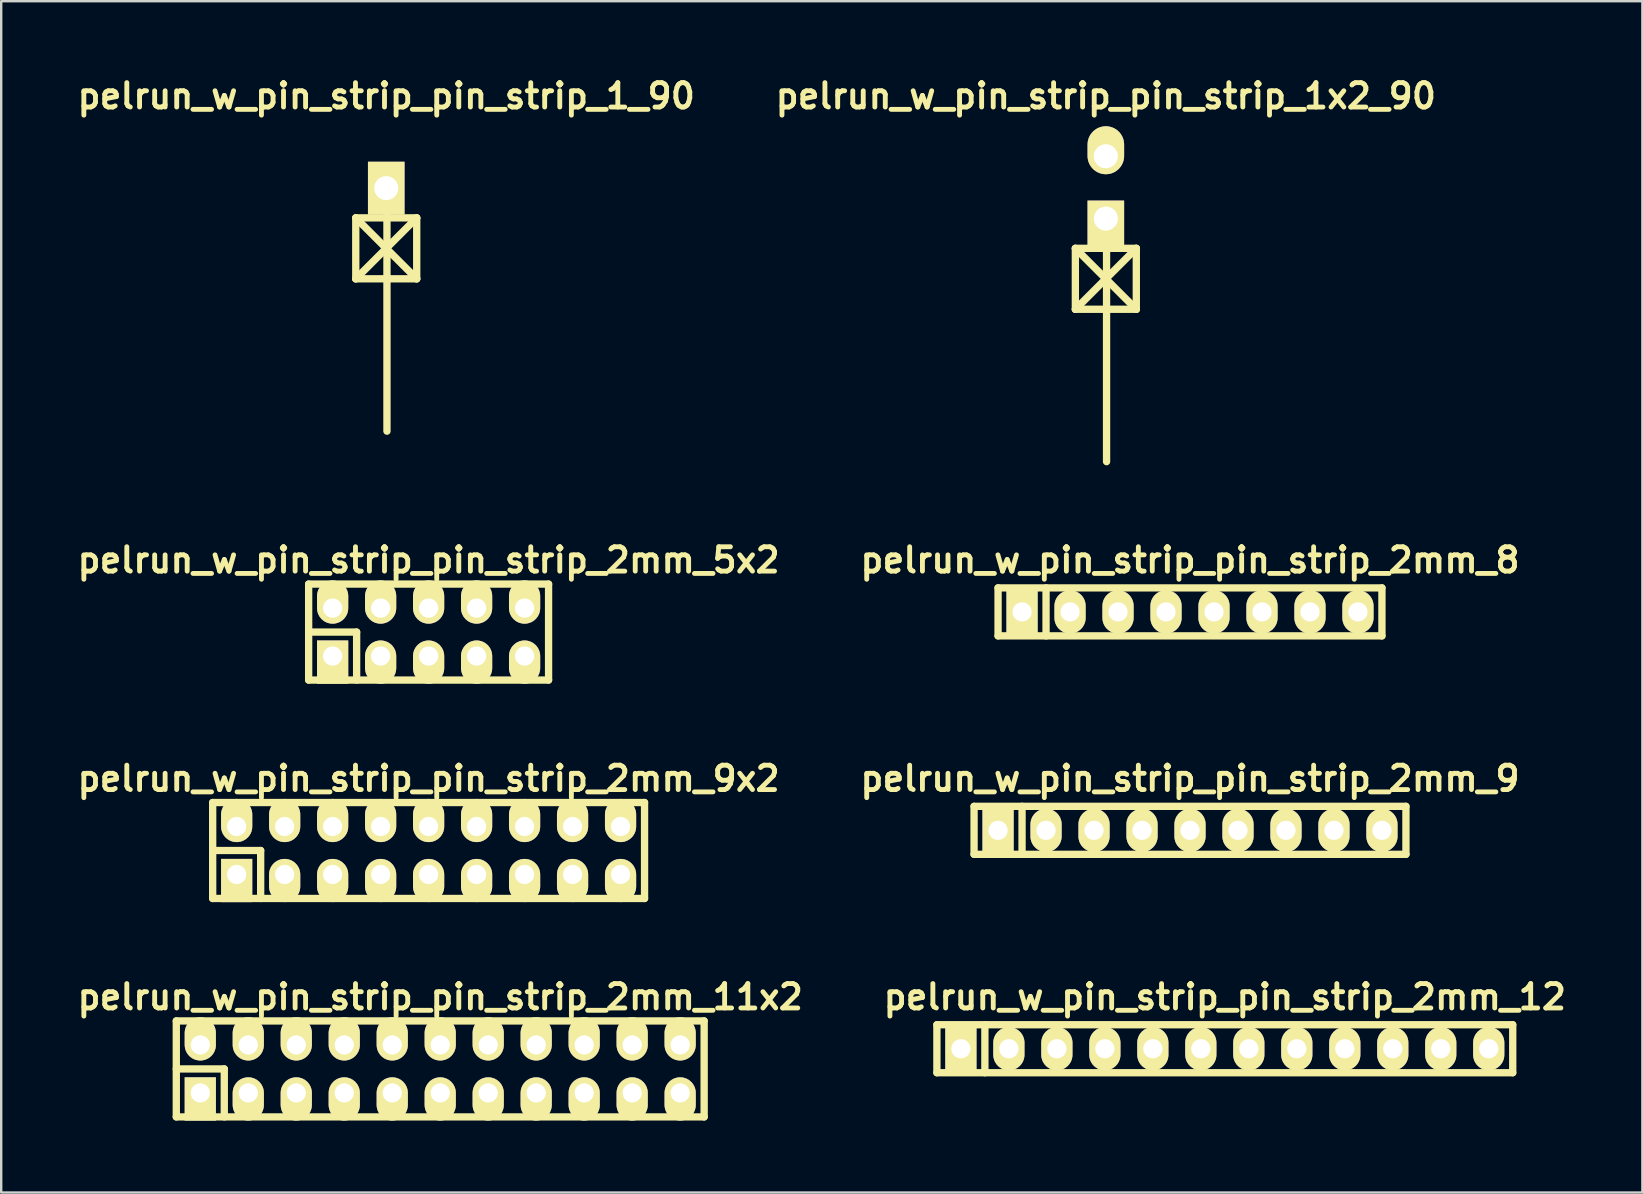
<source format=kicad_pcb>
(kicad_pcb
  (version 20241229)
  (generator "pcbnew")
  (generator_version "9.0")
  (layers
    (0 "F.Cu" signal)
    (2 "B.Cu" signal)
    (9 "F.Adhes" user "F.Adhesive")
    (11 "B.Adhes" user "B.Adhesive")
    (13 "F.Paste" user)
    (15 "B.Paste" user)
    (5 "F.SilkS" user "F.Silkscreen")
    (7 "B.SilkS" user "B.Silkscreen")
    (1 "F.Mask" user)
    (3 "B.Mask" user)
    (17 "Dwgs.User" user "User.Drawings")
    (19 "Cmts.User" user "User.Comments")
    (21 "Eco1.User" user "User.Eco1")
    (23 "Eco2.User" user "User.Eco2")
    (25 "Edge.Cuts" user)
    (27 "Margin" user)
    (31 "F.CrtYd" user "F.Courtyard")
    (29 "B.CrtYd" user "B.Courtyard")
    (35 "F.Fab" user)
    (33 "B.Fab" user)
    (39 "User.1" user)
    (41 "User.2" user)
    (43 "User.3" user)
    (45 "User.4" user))
  (footprint "pelrun_w_pin_strip_pin_strip_1x2_90"
    (layer "F.Cu")
    (at 43.04 4.761)
    (property "Reference" "pelrun_w_pin_strip_pin_strip_1x2_90" (at 0 -3.81 0) (layer "F.SilkS") (effects (font (size 1.016 1.016) (thickness 0.203))))
    (attr through_hole)
    (fp_line (start -1.27 2.54) (end 1.27 2.54) (stroke (width 0.305) (type solid)) (layer "F.SilkS"))
    (fp_line (start -1.27 2.54) (end 1.27 5.08) (stroke (width 0.305) (type solid)) (layer "F.SilkS"))
    (fp_line (start -1.27 5.08) (end -1.27 2.54) (stroke (width 0.305) (type solid)) (layer "F.SilkS"))
    (fp_line (start -1.27 5.08) (end 1.27 2.54) (stroke (width 0.305) (type solid)) (layer "F.SilkS"))
    (fp_line (start 0.03 1.27) (end 0.03 11.43) (stroke (width 0.305) (type solid)) (layer "F.SilkS"))
    (fp_line (start 1.27 2.54) (end 1.27 5.08) (stroke (width 0.305) (type solid)) (layer "F.SilkS"))
    (fp_line (start 1.27 5.08) (end -1.27 5.08) (stroke (width 0.305) (type solid)) (layer "F.SilkS"))
    (pad "1" thru_hole rect (at 0 1.3) (size 1.524 1.999) (drill 1.001 (offset 0 0.249)) (layers "*.Cu" "*.Mask" "F.SilkS"))
    (pad "2" thru_hole oval (at 0 -1.3) (size 1.524 1.999) (drill 1.001 (offset 0 -0.249)) (layers "*.Cu" "*.Mask" "F.SilkS")))
  (footprint "pelrun_w_pin_strip_pin_strip_1_90"
    (layer "F.Cu")
    (at 13.048 4.761)
    (property "Reference" "pelrun_w_pin_strip_pin_strip_1_90" (at 0 -3.81 0) (layer "F.SilkS") (effects (font (size 1.016 1.016) (thickness 0.203))))
    (attr through_hole)
    (fp_line (start -1.27 1.27) (end 1.27 1.27) (stroke (width 0.305) (type solid)) (layer "F.SilkS"))
    (fp_line (start -1.27 1.27) (end 1.27 3.81) (stroke (width 0.305) (type solid)) (layer "F.SilkS"))
    (fp_line (start -1.27 3.81) (end -1.27 1.27) (stroke (width 0.305) (type solid)) (layer "F.SilkS"))
    (fp_line (start -1.27 3.81) (end 1.27 1.27) (stroke (width 0.305) (type solid)) (layer "F.SilkS"))
    (fp_line (start 0.03 0) (end 0.03 10.16) (stroke (width 0.305) (type solid)) (layer "F.SilkS"))
    (fp_line (start 1.27 1.27) (end 1.27 3.81) (stroke (width 0.305) (type solid)) (layer "F.SilkS"))
    (fp_line (start 1.27 3.81) (end -1.27 3.81) (stroke (width 0.305) (type solid)) (layer "F.SilkS"))
    (pad "1" thru_hole rect (at 0 0.03) (size 1.524 2.2) (drill 1.001) (layers "*.Cu" "*.Mask" "F.SilkS")))
  (footprint "pelrun_w_pin_strip_pin_strip_2mm_9"
    (layer "F.Cu")
    (at 46.548 31.557)
    (property "Reference" "pelrun_w_pin_strip_pin_strip_2mm_9" (at 0 -2.159 0) (layer "F.SilkS") (effects (font (size 1.016 1.016) (thickness 0.203))))
    (attr through_hole)
    (fp_line (start -9 -1) (end 9 -1) (stroke (width 0.305) (type solid)) (layer "F.SilkS"))
    (fp_line (start -9 1) (end -9 -1) (stroke (width 0.305) (type solid)) (layer "F.SilkS"))
    (fp_line (start -7 -1) (end -7 1) (stroke (width 0.305) (type solid)) (layer "F.SilkS"))
    (fp_line (start 9 -1) (end 9 1) (stroke (width 0.305) (type solid)) (layer "F.SilkS"))
    (fp_line (start 9 1) (end -9 1) (stroke (width 0.305) (type solid)) (layer "F.SilkS"))
    (pad "1" thru_hole rect (at -8 0) (size 1.3 1.8) (drill 0.8) (layers "*.Cu" "*.Mask" "F.SilkS"))
    (pad "2" thru_hole oval (at -6 0) (size 1.3 1.8) (drill 0.8) (layers "*.Cu" "*.Mask" "F.SilkS"))
    (pad "3" thru_hole oval (at -4 0) (size 1.3 1.8) (drill 0.8) (layers "*.Cu" "*.Mask" "F.SilkS"))
    (pad "4" thru_hole oval (at -2 0) (size 1.3 1.8) (drill 0.8) (layers "*.Cu" "*.Mask" "F.SilkS"))
    (pad "5" thru_hole oval (at 0 0) (size 1.3 1.8) (drill 0.8) (layers "*.Cu" "*.Mask" "F.SilkS"))
    (pad "6" thru_hole oval (at 2 0) (size 1.3 1.8) (drill 0.8) (layers "*.Cu" "*.Mask" "F.SilkS"))
    (pad "7" thru_hole oval (at 4 0) (size 1.3 1.8) (drill 0.8) (layers "*.Cu" "*.Mask" "F.SilkS"))
    (pad "8" thru_hole oval (at 6 0) (size 1.3 1.8) (drill 0.8) (layers "*.Cu" "*.Mask" "F.SilkS"))
    (pad "9" thru_hole oval (at 8 0) (size 1.3 1.8) (drill 0.8) (layers "*.Cu" "*.Mask" "F.SilkS")))
  (footprint "pelrun_w_pin_strip_pin_strip_2mm_11x2"
    (layer "F.Cu")
    (at 15.298 41.501)
    (property "Reference" "pelrun_w_pin_strip_pin_strip_2mm_11x2" (at 0 -3 0) (layer "F.SilkS") (effects (font (size 1.016 1.016) (thickness 0.203))))
    (attr through_hole)
    (fp_line (start -11 -2) (end 11 -2) (stroke (width 0.305) (type solid)) (layer "F.SilkS"))
    (fp_line (start -11 0) (end -9 0) (stroke (width 0.305) (type solid)) (layer "F.SilkS"))
    (fp_line (start -11 2) (end -11 -2) (stroke (width 0.305) (type solid)) (layer "F.SilkS"))
    (fp_line (start -9 0) (end -9 2) (stroke (width 0.305) (type solid)) (layer "F.SilkS"))
    (fp_line (start 11 -2) (end 11 2) (stroke (width 0.305) (type solid)) (layer "F.SilkS"))
    (fp_line (start 11 2) (end -11 2) (stroke (width 0.305) (type solid)) (layer "F.SilkS"))
    (pad "1" thru_hole rect (at -10 1) (size 1.3 1.8) (drill 0.8 (offset 0 0.25)) (layers "*.Cu" "*.Mask" "F.SilkS"))
    (pad "2" thru_hole oval (at -10 -1) (size 1.3 1.8) (drill 0.8 (offset 0 -0.25)) (layers "*.Cu" "*.Mask" "F.SilkS"))
    (pad "3" thru_hole oval (at -8 1) (size 1.3 1.8) (drill 0.8 (offset 0 0.25)) (layers "*.Cu" "*.Mask" "F.SilkS"))
    (pad "4" thru_hole oval (at -8 -1) (size 1.3 1.8) (drill 0.8 (offset 0 -0.25)) (layers "*.Cu" "*.Mask" "F.SilkS"))
    (pad "5" thru_hole oval (at -6 1) (size 1.3 1.8) (drill 0.8 (offset 0 0.25)) (layers "*.Cu" "*.Mask" "F.SilkS"))
    (pad "6" thru_hole oval (at -6 -1) (size 1.3 1.8) (drill 0.8 (offset 0 -0.25)) (layers "*.Cu" "*.Mask" "F.SilkS"))
    (pad "7" thru_hole oval (at -4 1) (size 1.3 1.8) (drill 0.8 (offset 0 0.25)) (layers "*.Cu" "*.Mask" "F.SilkS"))
    (pad "8" thru_hole oval (at -4 -1) (size 1.3 1.8) (drill 0.8 (offset 0 -0.25)) (layers "*.Cu" "*.Mask" "F.SilkS"))
    (pad "9" thru_hole oval (at -2 1) (size 1.3 1.8) (drill 0.8 (offset 0 0.25)) (layers "*.Cu" "*.Mask" "F.SilkS"))
    (pad "10" thru_hole oval (at -2 -1) (size 1.3 1.8) (drill 0.8 (offset 0 -0.25)) (layers "*.Cu" "*.Mask" "F.SilkS"))
    (pad "11" thru_hole oval (at 0 1) (size 1.3 1.8) (drill 0.8 (offset 0 0.25)) (layers "*.Cu" "*.Mask" "F.SilkS"))
    (pad "12" thru_hole oval (at 0 -1) (size 1.3 1.8) (drill 0.8 (offset 0 -0.25)) (layers "*.Cu" "*.Mask" "F.SilkS"))
    (pad "13" thru_hole oval (at 2 1) (size 1.3 1.8) (drill 0.8 (offset 0 0.25)) (layers "*.Cu" "*.Mask" "F.SilkS"))
    (pad "14" thru_hole oval (at 2 -1) (size 1.3 1.8) (drill 0.8 (offset 0 -0.25)) (layers "*.Cu" "*.Mask" "F.SilkS"))
    (pad "15" thru_hole oval (at 4 1) (size 1.3 1.8) (drill 0.8 (offset 0 0.25)) (layers "*.Cu" "*.Mask" "F.SilkS"))
    (pad "16" thru_hole oval (at 4 -1) (size 1.3 1.8) (drill 0.8 (offset 0 -0.25)) (layers "*.Cu" "*.Mask" "F.SilkS"))
    (pad "17" thru_hole oval (at 6 1) (size 1.3 1.8) (drill 0.8 (offset 0 0.25)) (layers "*.Cu" "*.Mask" "F.SilkS"))
    (pad "18" thru_hole oval (at 6 -1) (size 1.3 1.8) (drill 0.8 (offset 0 -0.25)) (layers "*.Cu" "*.Mask" "F.SilkS"))
    (pad "19" thru_hole oval (at 8 1) (size 1.3 1.8) (drill 0.8 (offset 0 0.25)) (layers "*.Cu" "*.Mask" "F.SilkS"))
    (pad "20" thru_hole oval (at 8 -1) (size 1.3 1.8) (drill 0.8 (offset 0 -0.25)) (layers "*.Cu" "*.Mask" "F.SilkS"))
    (pad "21" thru_hole oval (at 10 1) (size 1.3 1.8) (drill 0.8 (offset 0 0.25)) (layers "*.Cu" "*.Mask" "F.SilkS"))
    (pad "22" thru_hole oval (at 10 -1) (size 1.3 1.8) (drill 0.8 (offset 0 -0.25)) (layers "*.Cu" "*.Mask" "F.SilkS")))
  (footprint "pelrun_w_pin_strip_pin_strip_2mm_9x2"
    (layer "F.Cu")
    (at 14.814 32.398)
    (property "Reference" "pelrun_w_pin_strip_pin_strip_2mm_9x2" (at 0 -3 0) (layer "F.SilkS") (effects (font (size 1.016 1.016) (thickness 0.203))))
    (attr through_hole)
    (fp_line (start -9 -2) (end 9 -2) (stroke (width 0.305) (type solid)) (layer "F.SilkS"))
    (fp_line (start -9 0) (end -7 0) (stroke (width 0.305) (type solid)) (layer "F.SilkS"))
    (fp_line (start -9 2) (end -9 -2) (stroke (width 0.305) (type solid)) (layer "F.SilkS"))
    (fp_line (start -7 0) (end -7 2) (stroke (width 0.305) (type solid)) (layer "F.SilkS"))
    (fp_line (start 9 -2) (end 9 2) (stroke (width 0.305) (type solid)) (layer "F.SilkS"))
    (fp_line (start 9 2) (end -9 2) (stroke (width 0.305) (type solid)) (layer "F.SilkS"))
    (pad "1" thru_hole rect (at -8 1) (size 1.3 1.8) (drill 0.8 (offset 0 0.25)) (layers "*.Cu" "*.Mask" "F.SilkS"))
    (pad "2" thru_hole oval (at -8 -1) (size 1.3 1.8) (drill 0.8 (offset 0 -0.25)) (layers "*.Cu" "*.Mask" "F.SilkS"))
    (pad "3" thru_hole oval (at -6 1) (size 1.3 1.8) (drill 0.8 (offset 0 0.25)) (layers "*.Cu" "*.Mask" "F.SilkS"))
    (pad "4" thru_hole oval (at -6 -1) (size 1.3 1.8) (drill 0.8 (offset 0 -0.25)) (layers "*.Cu" "*.Mask" "F.SilkS"))
    (pad "5" thru_hole oval (at -4 1) (size 1.3 1.8) (drill 0.8 (offset 0 0.25)) (layers "*.Cu" "*.Mask" "F.SilkS"))
    (pad "6" thru_hole oval (at -4 -1) (size 1.3 1.8) (drill 0.8 (offset 0 -0.25)) (layers "*.Cu" "*.Mask" "F.SilkS"))
    (pad "7" thru_hole oval (at -2 1) (size 1.3 1.8) (drill 0.8 (offset 0 0.25)) (layers "*.Cu" "*.Mask" "F.SilkS"))
    (pad "8" thru_hole oval (at -2 -1) (size 1.3 1.8) (drill 0.8 (offset 0 -0.25)) (layers "*.Cu" "*.Mask" "F.SilkS"))
    (pad "9" thru_hole oval (at 0 1) (size 1.3 1.8) (drill 0.8 (offset 0 0.25)) (layers "*.Cu" "*.Mask" "F.SilkS"))
    (pad "10" thru_hole oval (at 0 -1) (size 1.3 1.8) (drill 0.8 (offset 0 -0.25)) (layers "*.Cu" "*.Mask" "F.SilkS"))
    (pad "11" thru_hole oval (at 2 1) (size 1.3 1.8) (drill 0.8 (offset 0 0.25)) (layers "*.Cu" "*.Mask" "F.SilkS"))
    (pad "12" thru_hole oval (at 2 -1) (size 1.3 1.8) (drill 0.8 (offset 0 -0.25)) (layers "*.Cu" "*.Mask" "F.SilkS"))
    (pad "13" thru_hole oval (at 4 1) (size 1.3 1.8) (drill 0.8 (offset 0 0.25)) (layers "*.Cu" "*.Mask" "F.SilkS"))
    (pad "14" thru_hole oval (at 4 -1) (size 1.3 1.8) (drill 0.8 (offset 0 -0.25)) (layers "*.Cu" "*.Mask" "F.SilkS"))
    (pad "15" thru_hole oval (at 6 1) (size 1.3 1.8) (drill 0.8 (offset 0 0.25)) (layers "*.Cu" "*.Mask" "F.SilkS"))
    (pad "16" thru_hole oval (at 6 -1) (size 1.3 1.8) (drill 0.8 (offset 0 -0.25)) (layers "*.Cu" "*.Mask" "F.SilkS"))
    (pad "17" thru_hole oval (at 8 1) (size 1.3 1.8) (drill 0.8 (offset 0 0.25)) (layers "*.Cu" "*.Mask" "F.SilkS"))
    (pad "18" thru_hole oval (at 8 -1) (size 1.3 1.8) (drill 0.8 (offset 0 -0.25)) (layers "*.Cu" "*.Mask" "F.SilkS")))
  (footprint "pelrun_w_pin_strip_pin_strip_2mm_5x2"
    (layer "F.Cu")
    (at 14.814 23.294)
    (property "Reference" "pelrun_w_pin_strip_pin_strip_2mm_5x2" (at 0 -3 0) (layer "F.SilkS") (effects (font (size 1.016 1.016) (thickness 0.203))))
    (attr through_hole)
    (fp_line (start -5 -2) (end 5 -2) (stroke (width 0.305) (type solid)) (layer "F.SilkS"))
    (fp_line (start -5 0) (end -3 0) (stroke (width 0.305) (type solid)) (layer "F.SilkS"))
    (fp_line (start -5 2) (end -5 -2) (stroke (width 0.305) (type solid)) (layer "F.SilkS"))
    (fp_line (start -3 0) (end -3 2) (stroke (width 0.305) (type solid)) (layer "F.SilkS"))
    (fp_line (start 5 -2) (end 5 2) (stroke (width 0.305) (type solid)) (layer "F.SilkS"))
    (fp_line (start 5 2) (end -5 2) (stroke (width 0.305) (type solid)) (layer "F.SilkS"))
    (pad "1" thru_hole rect (at -4 1) (size 1.3 1.8) (drill 0.8 (offset 0 0.25)) (layers "*.Cu" "*.Mask" "F.SilkS"))
    (pad "2" thru_hole oval (at -4 -1) (size 1.3 1.8) (drill 0.8 (offset 0 -0.25)) (layers "*.Cu" "*.Mask" "F.SilkS"))
    (pad "3" thru_hole oval (at -2 1) (size 1.3 1.8) (drill 0.8 (offset 0 0.25)) (layers "*.Cu" "*.Mask" "F.SilkS"))
    (pad "4" thru_hole oval (at -2 -1) (size 1.3 1.8) (drill 0.8 (offset 0 -0.25)) (layers "*.Cu" "*.Mask" "F.SilkS"))
    (pad "5" thru_hole oval (at 0 1) (size 1.3 1.8) (drill 0.8 (offset 0 0.25)) (layers "*.Cu" "*.Mask" "F.SilkS"))
    (pad "6" thru_hole oval (at 0 -1) (size 1.3 1.8) (drill 0.8 (offset 0 -0.25)) (layers "*.Cu" "*.Mask" "F.SilkS"))
    (pad "7" thru_hole oval (at 2 1) (size 1.3 1.8) (drill 0.8 (offset 0 0.25)) (layers "*.Cu" "*.Mask" "F.SilkS"))
    (pad "8" thru_hole oval (at 2 -1) (size 1.3 1.8) (drill 0.8 (offset 0 -0.25)) (layers "*.Cu" "*.Mask" "F.SilkS"))
    (pad "9" thru_hole oval (at 4 1) (size 1.3 1.8) (drill 0.8 (offset 0 0.25)) (layers "*.Cu" "*.Mask" "F.SilkS"))
    (pad "10" thru_hole oval (at 4 -1) (size 1.3 1.8) (drill 0.8 (offset 0 -0.25)) (layers "*.Cu" "*.Mask" "F.SilkS")))
  (footprint "pelrun_w_pin_strip_pin_strip_2mm_8"
    (layer "F.Cu")
    (at 46.548 22.453)
    (property "Reference" "pelrun_w_pin_strip_pin_strip_2mm_8" (at 0 -2.159 0) (layer "F.SilkS") (effects (font (size 1.016 1.016) (thickness 0.203))))
    (attr through_hole)
    (fp_line (start -8 -1) (end 8 -1) (stroke (width 0.305) (type solid)) (layer "F.SilkS"))
    (fp_line (start -8 1) (end -8 -1) (stroke (width 0.305) (type solid)) (layer "F.SilkS"))
    (fp_line (start -6 -1) (end -6 1) (stroke (width 0.305) (type solid)) (layer "F.SilkS"))
    (fp_line (start 8 -1) (end 8 1) (stroke (width 0.305) (type solid)) (layer "F.SilkS"))
    (fp_line (start 8 1) (end -8 1) (stroke (width 0.305) (type solid)) (layer "F.SilkS"))
    (pad "1" thru_hole rect (at -7 0) (size 1.3 1.8) (drill 0.8) (layers "*.Cu" "*.Mask" "F.SilkS"))
    (pad "2" thru_hole oval (at -5 0) (size 1.3 1.8) (drill 0.8) (layers "*.Cu" "*.Mask" "F.SilkS"))
    (pad "3" thru_hole oval (at -3 0) (size 1.3 1.8) (drill 0.8) (layers "*.Cu" "*.Mask" "F.SilkS"))
    (pad "4" thru_hole oval (at -1 0) (size 1.3 1.8) (drill 0.8) (layers "*.Cu" "*.Mask" "F.SilkS"))
    (pad "5" thru_hole oval (at 1 0) (size 1.3 1.8) (drill 0.8) (layers "*.Cu" "*.Mask" "F.SilkS"))
    (pad "6" thru_hole oval (at 3 0) (size 1.3 1.8) (drill 0.8) (layers "*.Cu" "*.Mask" "F.SilkS"))
    (pad "7" thru_hole oval (at 5 0) (size 1.3 1.8) (drill 0.8) (layers "*.Cu" "*.Mask" "F.SilkS"))
    (pad "8" thru_hole oval (at 7 0) (size 1.3 1.8) (drill 0.8) (layers "*.Cu" "*.Mask" "F.SilkS")))
  (footprint "pelrun_w_pin_strip_pin_strip_2mm_12"
    (layer "F.Cu")
    (at 47.999 40.66)
    (property "Reference" "pelrun_w_pin_strip_pin_strip_2mm_12" (at 0 -2.159 0) (layer "F.SilkS") (effects (font (size 1.016 1.016) (thickness 0.203))))
    (attr through_hole)
    (fp_line (start -12 -1) (end 12 -1) (stroke (width 0.305) (type solid)) (layer "F.SilkS"))
    (fp_line (start -12 1) (end -12 -1) (stroke (width 0.305) (type solid)) (layer "F.SilkS"))
    (fp_line (start -10 -1) (end -10 1) (stroke (width 0.305) (type solid)) (layer "F.SilkS"))
    (fp_line (start 12 -1) (end 12 1) (stroke (width 0.305) (type solid)) (layer "F.SilkS"))
    (fp_line (start 12 1) (end -12 1) (stroke (width 0.305) (type solid)) (layer "F.SilkS"))
    (pad "1" thru_hole rect (at -11 0) (size 1.3 1.8) (drill 0.8) (layers "*.Cu" "*.Mask" "F.SilkS"))
    (pad "2" thru_hole oval (at -9 0) (size 1.3 1.8) (drill 0.8) (layers "*.Cu" "*.Mask" "F.SilkS"))
    (pad "3" thru_hole oval (at -7 0) (size 1.3 1.8) (drill 0.8) (layers "*.Cu" "*.Mask" "F.SilkS"))
    (pad "4" thru_hole oval (at -5 0) (size 1.3 1.8) (drill 0.8) (layers "*.Cu" "*.Mask" "F.SilkS"))
    (pad "5" thru_hole oval (at -3 0) (size 1.3 1.8) (drill 0.8) (layers "*.Cu" "*.Mask" "F.SilkS"))
    (pad "6" thru_hole oval (at -1 0) (size 1.3 1.8) (drill 0.8) (layers "*.Cu" "*.Mask" "F.SilkS"))
    (pad "7" thru_hole oval (at 1 0) (size 1.3 1.8) (drill 0.8) (layers "*.Cu" "*.Mask" "F.SilkS"))
    (pad "8" thru_hole oval (at 3 0) (size 1.3 1.8) (drill 0.8) (layers "*.Cu" "*.Mask" "F.SilkS"))
    (pad "9" thru_hole oval (at 5 0) (size 1.3 1.8) (drill 0.8) (layers "*.Cu" "*.Mask" "F.SilkS"))
    (pad "10" thru_hole oval (at 7 0) (size 1.3 1.8) (drill 0.8) (layers "*.Cu" "*.Mask" "F.SilkS"))
    (pad "11" thru_hole oval (at 9 0) (size 1.3 1.8) (drill 0.8) (layers "*.Cu" "*.Mask" "F.SilkS"))
    (pad "12" thru_hole oval (at 11 0) (size 1.3 1.8) (drill 0.8) (layers "*.Cu" "*.Mask" "F.SilkS")))
  (gr_rect
    (start -3 -3)
    (end 65.402 46.654)
    (stroke (width 0.1) (type default))
    (fill no)
    (layer "Edge.Cuts")))
</source>
